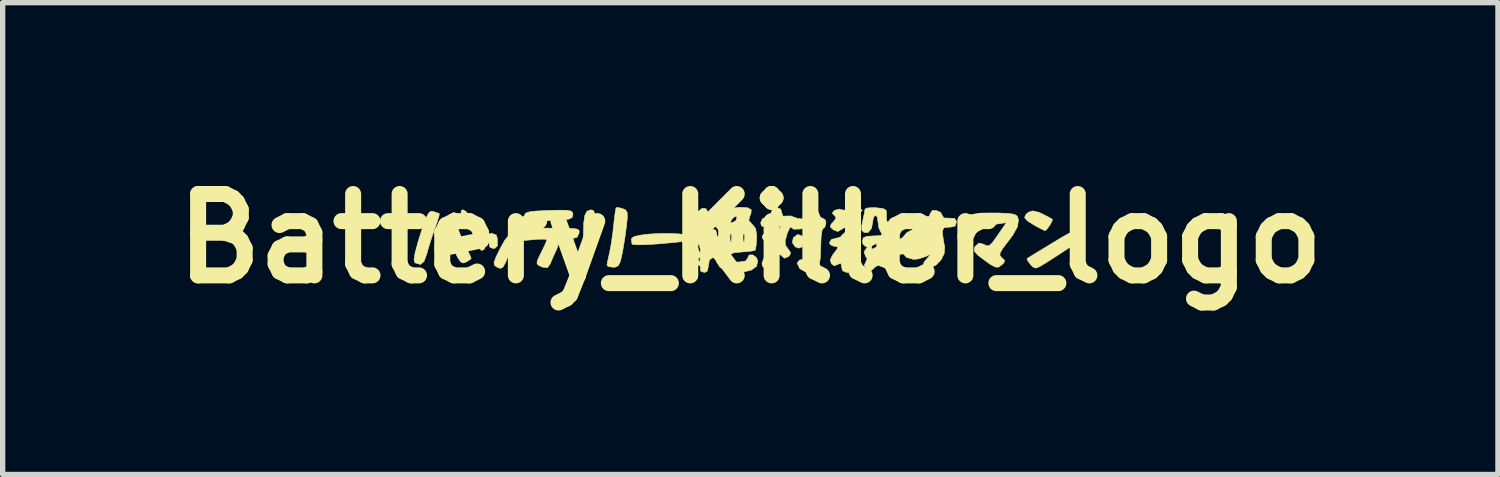
<source format=kicad_pcb>
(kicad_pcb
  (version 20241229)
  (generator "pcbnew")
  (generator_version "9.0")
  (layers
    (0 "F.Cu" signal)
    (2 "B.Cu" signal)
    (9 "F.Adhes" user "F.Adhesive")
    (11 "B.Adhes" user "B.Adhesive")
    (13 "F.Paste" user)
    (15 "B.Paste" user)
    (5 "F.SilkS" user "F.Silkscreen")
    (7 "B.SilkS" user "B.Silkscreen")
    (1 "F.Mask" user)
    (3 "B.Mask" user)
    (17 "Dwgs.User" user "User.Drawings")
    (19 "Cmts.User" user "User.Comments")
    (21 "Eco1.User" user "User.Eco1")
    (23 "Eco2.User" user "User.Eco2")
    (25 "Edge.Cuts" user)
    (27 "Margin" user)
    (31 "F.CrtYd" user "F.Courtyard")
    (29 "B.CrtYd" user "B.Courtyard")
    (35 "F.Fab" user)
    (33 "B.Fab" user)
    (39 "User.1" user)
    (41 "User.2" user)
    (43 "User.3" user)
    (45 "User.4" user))
  (footprint "Battery_Killer_logo"
    (layer "F.Cu")
    (at 11.002 1.418)
    (property "Reference" "Battery_Killer_logo" (at 0 0 0) (layer "F.SilkS") (effects (font (size 1.524 1.524) (thickness 0.3))))
    (attr through_hole)
    (fp_poly (pts (xy 0.981 -0.043) (xy 1.001 0.045) (xy 0.975 0.154) (xy 0.903 0.18) (xy 0.838 0.152) (xy 0.788 0.076) (xy 0.804 -0.013) (xy 0.874 -0.069) (xy 0.904 -0.073) (xy 0.981 -0.043)) (stroke (width 0.01) (type solid)) (fill yes) (layer "F.SilkS"))
    (fp_poly (pts (xy -5.317 -0.499) (xy -5.275 -0.44) (xy -5.248 -0.364) (xy -5.286 -0.342) (xy -5.293 -0.342) (xy -5.369 -0.382) (xy -5.392 -0.419) (xy -5.419 -0.506) (xy -5.4 -0.535) (xy -5.375 -0.537) (xy -5.317 -0.499)) (stroke (width 0.01) (type solid)) (fill yes) (layer "F.SilkS"))
    (fp_poly (pts (xy -4.987 0.004) (xy -4.971 0.095) (xy -4.982 0.199) (xy -5.032 0.224) (xy -5.097 0.165) (xy -5.12 0.122) (xy -5.152 0.026) (xy -5.127 -0.02) (xy -5.102 -0.032) (xy -5.026 -0.046) (xy -4.987 0.004)) (stroke (width 0.01) (type solid)) (fill yes) (layer "F.SilkS"))
    (fp_poly (pts (xy -4.756 -0.066) (xy -4.738 0) (xy -4.737 0.099) (xy -4.735 0.134) (xy -4.773 0.175) (xy -4.809 0.187) (xy -4.874 0.165) (xy -4.885 0.13) (xy -4.902 0.018) (xy -4.914 -0.02) (xy -4.911 -0.082) (xy -4.841 -0.098) (xy -4.756 -0.066)) (stroke (width 0.01) (type solid)) (fill yes) (layer "F.SilkS"))
    (fp_poly (pts (xy 5.413 -0.489) (xy 5.594 -0.398) (xy 5.657 -0.361) (xy 5.648 -0.319) (xy 5.604 -0.243) (xy 5.552 -0.172) (xy 5.52 -0.148) (xy 5.466 -0.171) (xy 5.361 -0.227) (xy 5.312 -0.255) (xy 5.185 -0.335) (xy 5.137 -0.394) (xy 5.16 -0.449) (xy 5.206 -0.492) (xy 5.288 -0.518) (xy 5.413 -0.489)) (stroke (width 0.01) (type solid)) (fill yes) (layer "F.SilkS"))
    (fp_poly (pts (xy -4.467 -0.065) (xy -4.412 -0.014) (xy -4.412 0.019) (xy -4.442 0.094) (xy -4.493 0.223) (xy -4.52 0.293) (xy -4.586 0.453) (xy -4.634 0.536) (xy -4.681 0.559) (xy -4.741 0.537) (xy -4.75 0.532) (xy -4.792 0.499) (xy -4.8 0.45) (xy -4.77 0.363) (xy -4.699 0.214) (xy -4.689 0.195) (xy -4.597 0.03) (xy -4.528 -0.053) (xy -4.47 -0.067) (xy -4.467 -0.065)) (stroke (width 0.01) (type solid)) (fill yes) (layer "F.SilkS"))
    (fp_poly (pts (xy -1.329 -0.087) (xy -1.201 -0.067) (xy -1.141 -0.035) (xy -1.14 -0.028) (xy -1.176 0.023) (xy -1.293 0.057) (xy -1.388 0.069) (xy -1.674 0.096) (xy -1.914 0.112) (xy -2.092 0.117) (xy -2.196 0.111) (xy -2.216 0.102) (xy -2.226 0.033) (xy -2.226 0) (xy -2.18 -0.036) (xy -2.061 -0.064) (xy -1.893 -0.084) (xy -1.699 -0.095) (xy -1.503 -0.096) (xy -1.329 -0.087)) (stroke (width 0.01) (type solid)) (fill yes) (layer "F.SilkS"))
    (fp_poly (pts (xy -2.939 -0.526) (xy -2.916 -0.48) (xy -2.907 -0.379) (xy -2.91 -0.204) (xy -2.912 -0.159) (xy -2.922 0.034) (xy -2.938 0.149) (xy -2.965 0.209) (xy -3.011 0.232) (xy -3.026 0.235) (xy -3.08 0.236) (xy -3.11 0.201) (xy -3.123 0.112) (xy -3.126 -0.054) (xy -3.126 -0.066) (xy -3.12 -0.291) (xy -3.099 -0.435) (xy -3.059 -0.511) (xy -2.993 -0.537) (xy -2.982 -0.537) (xy -2.939 -0.526)) (stroke (width 0.01) (type solid)) (fill yes) (layer "F.SilkS"))
    (fp_poly (pts (xy -5.935 -0.506) (xy -5.85 -0.477) (xy -5.824 -0.465) (xy -5.832 -0.417) (xy -5.867 -0.305) (xy -5.908 -0.19) (xy -5.974 0.002) (xy -6.034 0.196) (xy -6.057 0.281) (xy -6.111 0.428) (xy -6.179 0.484) (xy -6.273 0.457) (xy -6.282 0.451) (xy -6.298 0.396) (xy -6.279 0.271) (xy -6.224 0.067) (xy -6.185 -0.06) (xy -6.114 -0.275) (xy -6.061 -0.412) (xy -6.018 -0.485) (xy -5.977 -0.511) (xy -5.935 -0.506)) (stroke (width 0.01) (type solid)) (fill yes) (layer "F.SilkS"))
    (fp_poly (pts (xy -3.428 -0.529) (xy -3.356 -0.514) (xy -3.326 -0.486) (xy -3.322 -0.449) (xy -3.337 -0.394) (xy -3.398 -0.364) (xy -3.528 -0.349) (xy -3.578 -0.347) (xy -3.769 -0.338) (xy -3.954 -0.325) (xy -4.017 -0.319) (xy -4.139 -0.315) (xy -4.21 -0.328) (xy -4.216 -0.333) (xy -4.228 -0.407) (xy -4.228 -0.44) (xy -4.208 -0.476) (xy -4.139 -0.5) (xy -4.006 -0.516) (xy -3.792 -0.526) (xy -3.773 -0.527) (xy -3.561 -0.532) (xy -3.428 -0.529)) (stroke (width 0.01) (type solid)) (fill yes) (layer "F.SilkS"))
    (fp_poly (pts (xy -2.392 -0.561) (xy -2.333 -0.534) (xy -2.305 -0.483) (xy -2.304 -0.382) (xy -2.317 -0.252) (xy -2.346 -0.036) (xy -2.383 0.192) (xy -2.399 0.281) (xy -2.434 0.431) (xy -2.472 0.508) (xy -2.53 0.535) (xy -2.568 0.537) (xy -2.658 0.524) (xy -2.685 0.501) (xy -2.674 0.434) (xy -2.647 0.312) (xy -2.637 0.269) (xy -2.607 0.112) (xy -2.577 -0.092) (xy -2.56 -0.244) (xy -2.542 -0.409) (xy -2.525 -0.529) (xy -2.514 -0.578) (xy -2.461 -0.579) (xy -2.392 -0.561)) (stroke (width 0.01) (type solid)) (fill yes) (layer "F.SilkS"))
    (fp_poly (pts (xy 6.106 -0.133) (xy 6.139 -0.103) (xy 6.151 -0.085) (xy 6.191 -0.007) (xy 6.195 0.021) (xy 6.125 0.069) (xy 6.001 0.153) (xy 5.847 0.254) (xy 5.692 0.355) (xy 5.561 0.439) (xy 5.537 0.454) (xy 5.414 0.528) (xy 5.343 0.553) (xy 5.293 0.532) (xy 5.248 0.486) (xy 5.191 0.41) (xy 5.182 0.375) (xy 5.23 0.345) (xy 5.342 0.275) (xy 5.503 0.178) (xy 5.647 0.09) (xy 5.844 -0.029) (xy 5.976 -0.102) (xy 6.058 -0.135) (xy 6.106 -0.133)) (stroke (width 0.01) (type solid)) (fill yes) (layer "F.SilkS"))
    (fp_poly (pts (xy 2.033 -0.566) (xy 2.097 -0.534) (xy 2.073 -0.502) (xy 2.037 -0.481) (xy 1.978 -0.427) (xy 2.004 -0.365) (xy 2.037 -0.277) (xy 1.992 -0.221) (xy 1.897 -0.222) (xy 1.778 -0.215) (xy 1.718 -0.179) (xy 1.638 -0.132) (xy 1.558 -0.163) (xy 1.553 -0.166) (xy 1.497 -0.219) (xy 1.513 -0.269) (xy 1.553 -0.311) (xy 1.606 -0.382) (xy 1.581 -0.428) (xy 1.573 -0.433) (xy 1.535 -0.478) (xy 1.575 -0.527) (xy 1.668 -0.553) (xy 1.707 -0.539) (xy 1.805 -0.528) (xy 1.858 -0.549) (xy 1.971 -0.577) (xy 2.033 -0.566)) (stroke (width 0.01) (type solid)) (fill yes) (layer "F.SilkS"))
    (fp_poly (pts (xy -5.466 -0.454) (xy -5.414 -0.376) (xy -5.41 -0.295) (xy -5.44 -0.259) (xy -5.47 -0.221) (xy -5.462 -0.15) (xy -5.412 -0.023) (xy -5.367 0.07) (xy -5.296 0.219) (xy -5.245 0.328) (xy -5.227 0.373) (xy -5.264 0.404) (xy -5.324 0.44) (xy -5.378 0.458) (xy -5.425 0.436) (xy -5.478 0.359) (xy -5.551 0.209) (xy -5.568 0.171) (xy -5.653 -0.017) (xy -5.697 -0.136) (xy -5.704 -0.203) (xy -5.675 -0.238) (xy -5.614 -0.259) (xy -5.544 -0.293) (xy -5.552 -0.358) (xy -5.567 -0.387) (xy -5.596 -0.464) (xy -5.561 -0.488) (xy -5.547 -0.488) (xy -5.466 -0.454)) (stroke (width 0.01) (type solid)) (fill yes) (layer "F.SilkS"))
    (fp_poly (pts (xy 1.924 -0.123) (xy 1.923 -0.073) (xy 1.931 -0.011) (xy 1.971 0) (xy 2.022 0.026) (xy 2.038 0.117) (xy 2.036 0.183) (xy 2.014 0.309) (xy 1.971 0.355) (xy 1.965 0.354) (xy 1.92 0.387) (xy 1.905 0.488) (xy 1.89 0.596) (xy 1.833 0.633) (xy 1.807 0.635) (xy 1.727 0.602) (xy 1.71 0.531) (xy 1.698 0.461) (xy 1.652 0.476) (xy 1.643 0.483) (xy 1.57 0.51) (xy 1.52 0.472) (xy 1.496 0.403) (xy 1.539 0.312) (xy 1.566 0.276) (xy 1.631 0.188) (xy 1.635 0.153) (xy 1.581 0.147) (xy 1.575 0.147) (xy 1.498 0.115) (xy 1.482 0.073) (xy 1.523 0.014) (xy 1.59 0) (xy 1.688 -0.029) (xy 1.727 -0.073) (xy 1.794 -0.134) (xy 1.853 -0.147) (xy 1.924 -0.123)) (stroke (width 0.01) (type solid)) (fill yes) (layer "F.SilkS"))
    (fp_poly (pts (xy -3.511 -0.195) (xy -3.35 -0.19) (xy -3.256 -0.18) (xy -3.213 -0.16) (xy -3.204 -0.127) (xy -3.211 -0.092) (xy -3.243 -0.026) (xy -3.311 -0.005) (xy -3.426 -0.014) (xy -3.545 -0.021) (xy -3.589 -0.002) (xy -3.586 0.007) (xy -3.586 0.078) (xy -3.623 0.193) (xy -3.634 0.215) (xy -3.697 0.353) (xy -3.746 0.469) (xy -3.748 0.475) (xy -3.797 0.544) (xy -3.883 0.537) (xy -3.895 0.533) (xy -3.97 0.5) (xy -3.997 0.46) (xy -3.977 0.386) (xy -3.912 0.253) (xy -3.908 0.244) (xy -3.848 0.121) (xy -3.814 0.038) (xy -3.81 0.023) (xy -3.854 0.011) (xy -3.967 0.012) (xy -4.073 0.021) (xy -4.225 0.035) (xy -4.302 0.028) (xy -4.329 -0.006) (xy -4.33 -0.073) (xy -4.323 -0.195) (xy -3.754 -0.195) (xy -3.511 -0.195)) (stroke (width 0.01) (type solid)) (fill yes) (layer "F.SilkS"))
    (fp_poly (pts (xy 4.665 -0.478) (xy 4.844 -0.469) (xy 4.948 -0.453) (xy 4.998 -0.422) (xy 5.018 -0.366) (xy 5.021 -0.337) (xy 5.002 -0.22) (xy 4.917 -0.066) (xy 4.834 0.045) (xy 4.728 0.184) (xy 4.678 0.269) (xy 4.676 0.321) (xy 4.713 0.36) (xy 4.766 0.411) (xy 4.744 0.46) (xy 4.705 0.496) (xy 4.648 0.535) (xy 4.589 0.534) (xy 4.501 0.487) (xy 4.386 0.405) (xy 4.257 0.306) (xy 4.198 0.239) (xy 4.194 0.183) (xy 4.212 0.147) (xy 4.28 0.084) (xy 4.354 0.101) (xy 4.423 0.134) (xy 4.474 0.132) (xy 4.53 0.081) (xy 4.612 -0.032) (xy 4.642 -0.076) (xy 4.796 -0.299) (xy 4.633 -0.274) (xy 4.488 -0.254) (xy 4.301 -0.231) (xy 4.197 -0.219) (xy 4.042 -0.205) (xy 3.962 -0.211) (xy 3.933 -0.242) (xy 3.932 -0.301) (xy 3.981 -0.39) (xy 4.116 -0.449) (xy 4.339 -0.478) (xy 4.653 -0.479) (xy 4.665 -0.478)) (stroke (width 0.01) (type solid)) (fill yes) (layer "F.SilkS"))
    (fp_poly (pts (xy 2.357 -0.577) (xy 2.486 -0.562) (xy 2.543 -0.531) (xy 2.552 -0.463) (xy 2.549 -0.427) (xy 2.554 -0.324) (xy 2.61 -0.293) (xy 2.673 -0.252) (xy 2.687 -0.195) (xy 2.665 -0.116) (xy 2.634 -0.098) (xy 2.604 -0.06) (xy 2.613 -0.001) (xy 2.609 0.117) (xy 2.567 0.206) (xy 2.519 0.291) (xy 2.539 0.349) (xy 2.601 0.4) (xy 2.671 0.484) (xy 2.661 0.547) (xy 2.588 0.568) (xy 2.488 0.536) (xy 2.395 0.501) (xy 2.336 0.533) (xy 2.322 0.55) (xy 2.263 0.598) (xy 2.186 0.565) (xy 2.186 0.565) (xy 2.133 0.501) (xy 2.159 0.45) (xy 2.188 0.38) (xy 2.158 0.328) (xy 2.129 0.252) (xy 2.16 0.204) (xy 2.193 0.156) (xy 2.159 0.147) (xy 2.271 0.147) (xy 2.274 0.192) (xy 2.29 0.195) (xy 2.359 0.16) (xy 2.369 0.147) (xy 2.367 0.101) (xy 2.35 0.098) (xy 2.281 0.133) (xy 2.271 0.147) (xy 2.159 0.147) (xy 2.111 0.106) (xy 2.1 0.049) (xy 2.116 -0.014) (xy 2.179 -0.042) (xy 2.306 -0.049) (xy 2.43 -0.055) (xy 2.471 -0.076) (xy 2.452 -0.107) (xy 2.408 -0.197) (xy 2.393 -0.303) (xy 2.378 -0.401) (xy 2.345 -0.44) (xy 2.306 -0.398) (xy 2.295 -0.33) (xy 2.27 -0.192) (xy 2.207 -0.115) (xy 2.134 -0.112) (xy 2.089 -0.151) (xy 2.086 -0.235) (xy 2.104 -0.326) (xy 2.132 -0.456) (xy 2.147 -0.542) (xy 2.148 -0.552) (xy 2.192 -0.573) (xy 2.302 -0.579) (xy 2.357 -0.577)) (stroke (width 0.01) (type solid)) (fill yes) (layer "F.SilkS"))
    (fp_poly (pts (xy 3.566 -0.489) (xy 3.59 -0.44) (xy 3.625 -0.386) (xy 3.725 -0.382) (xy 3.824 -0.379) (xy 3.858 -0.326) (xy 3.859 -0.303) (xy 3.834 -0.233) (xy 3.744 -0.214) (xy 3.725 -0.214) (xy 3.628 -0.205) (xy 3.598 -0.147) (xy 3.599 -0.098) (xy 3.619 0.049) (xy 3.64 0.153) (xy 3.634 0.274) (xy 3.574 0.396) (xy 3.482 0.494) (xy 3.38 0.544) (xy 3.306 0.532) (xy 3.246 0.489) (xy 3.253 0.442) (xy 3.306 0.379) (xy 3.365 0.31) (xy 3.354 0.302) (xy 3.288 0.335) (xy 3.151 0.38) (xy 3.062 0.391) (xy 2.926 0.353) (xy 2.841 0.257) (xy 2.811 0.13) (xy 2.818 0.098) (xy 3.028 0.098) (xy 3.06 0.179) (xy 3.136 0.188) (xy 3.214 0.137) (xy 3.269 0.055) (xy 3.233 0.01) (xy 3.151 0) (xy 3.055 0.023) (xy 3.028 0.098) (xy 2.818 0.098) (xy 2.839 -0.002) (xy 2.93 -0.11) (xy 2.995 -0.146) (xy 3.051 -0.174) (xy 3.028 -0.188) (xy 2.923 -0.192) (xy 2.892 -0.195) (xy 3.273 -0.195) (xy 3.31 -0.148) (xy 3.322 -0.147) (xy 3.369 -0.184) (xy 3.37 -0.195) (xy 3.333 -0.243) (xy 3.322 -0.244) (xy 3.274 -0.207) (xy 3.273 -0.195) (xy 2.892 -0.195) (xy 2.803 -0.204) (xy 2.757 -0.242) (xy 2.757 -0.281) (xy 2.768 -0.321) (xy 2.801 -0.348) (xy 2.873 -0.365) (xy 3.003 -0.376) (xy 3.208 -0.385) (xy 3.26 -0.387) (xy 3.35 -0.419) (xy 3.37 -0.467) (xy 3.407 -0.525) (xy 3.48 -0.528) (xy 3.566 -0.489)) (stroke (width 0.01) (type solid)) (fill yes) (layer "F.SilkS"))
    (fp_poly (pts (xy 1.247 -0.553) (xy 1.28 -0.476) (xy 1.315 -0.396) (xy 1.357 -0.379) (xy 1.405 -0.349) (xy 1.417 -0.293) (xy 1.396 -0.214) (xy 1.368 -0.195) (xy 1.343 -0.15) (xy 1.326 -0.028) (xy 1.319 0.151) (xy 1.319 0.161) (xy 1.311 0.363) (xy 1.288 0.511) (xy 1.26 0.576) (xy 1.152 0.63) (xy 1.029 0.622) (xy 0.926 0.563) (xy 0.88 0.464) (xy 0.879 0.454) (xy 0.92 0.403) (xy 0.977 0.391) (xy 1.031 0.38) (xy 1.061 0.334) (xy 1.073 0.23) (xy 1.075 0.092) (xy 1.075 -0.208) (xy 0.932 -0.179) (xy 0.813 -0.175) (xy 0.769 -0.21) (xy 0.743 -0.207) (xy 0.704 -0.129) (xy 0.687 -0.082) (xy 0.652 0.047) (xy 0.66 0.128) (xy 0.705 0.191) (xy 0.756 0.265) (xy 0.735 0.318) (xy 0.714 0.337) (xy 0.64 0.368) (xy 0.612 0.344) (xy 0.555 0.296) (xy 0.495 0.339) (xy 0.434 0.462) (xy 0.384 0.569) (xy 0.341 0.598) (xy 0.279 0.565) (xy 0.279 0.565) (xy 0.226 0.516) (xy 0.219 0.46) (xy 0.257 0.362) (xy 0.275 0.324) (xy 0.326 0.207) (xy 0.331 0.137) (xy 0.291 0.074) (xy 0.276 0.057) (xy 0.221 -0.018) (xy 0.237 -0.069) (xy 0.267 -0.097) (xy 0.353 -0.132) (xy 0.405 -0.106) (xy 0.468 -0.088) (xy 0.532 -0.156) (xy 0.532 -0.156) (xy 0.566 -0.22) (xy 0.548 -0.244) (xy 0.459 -0.24) (xy 0.396 -0.232) (xy 0.268 -0.22) (xy 0.21 -0.238) (xy 0.195 -0.294) (xy 0.195 -0.298) (xy 0.232 -0.376) (xy 0.293 -0.391) (xy 0.375 -0.425) (xy 0.391 -0.488) (xy 0.425 -0.57) (xy 0.488 -0.586) (xy 0.57 -0.551) (xy 0.586 -0.49) (xy 0.611 -0.42) (xy 0.657 -0.421) (xy 0.757 -0.424) (xy 0.789 -0.411) (xy 0.885 -0.378) (xy 0.962 -0.368) (xy 1.05 -0.388) (xy 1.075 -0.473) (xy 1.075 -0.475) (xy 1.106 -0.564) (xy 1.176 -0.59) (xy 1.247 -0.553)) (stroke (width 0.01) (type solid)) (fill yes) (layer "F.SilkS"))
    (fp_poly (pts (xy -0.046 -0.576) (xy 0.019 -0.539) (xy 0.011 -0.464) (xy -0.006 -0.429) (xy -0.029 -0.34) (xy 0.031 -0.271) (xy 0.036 -0.267) (xy 0.1 -0.188) (xy 0.12 -0.057) (xy 0.119 -0.001) (xy 0.109 0.129) (xy 0.095 0.21) (xy 0.09 0.219) (xy 0.034 0.233) (xy -0.086 0.246) (xy -0.16 0.251) (xy -0.304 0.265) (xy -0.374 0.297) (xy -0.391 0.351) (xy -0.367 0.413) (xy -0.282 0.438) (xy -0.22 0.44) (xy -0.096 0.425) (xy -0.05 0.376) (xy -0.049 0.363) (xy -0.019 0.306) (xy 0.047 0.306) (xy 0.112 0.354) (xy 0.139 0.413) (xy 0.117 0.52) (xy 0.011 0.595) (xy -0.167 0.632) (xy -0.246 0.635) (xy -0.432 0.609) (xy -0.567 0.538) (xy -0.632 0.436) (xy -0.635 0.407) (xy -0.675 0.364) (xy -0.708 0.358) (xy -0.767 0.401) (xy -0.782 0.497) (xy -0.804 0.607) (xy -0.855 0.635) (xy -0.923 0.615) (xy -0.934 0.598) (xy -0.934 0.525) (xy -0.968 0.493) (xy -1.001 0.488) (xy -1.056 0.451) (xy -1.065 0.391) (xy -0.977 0.391) (xy -0.959 0.431) (xy -0.944 0.423) (xy -0.939 0.365) (xy -0.944 0.358) (xy -0.973 0.365) (xy -0.977 0.391) (xy -1.065 0.391) (xy -1.074 0.333) (xy -1.075 0.318) (xy -1.06 0.198) (xy -1.024 0.148) (xy -0.983 0.176) (xy -0.962 0.232) (xy -0.944 0.276) (xy -0.935 0.226) (xy -0.934 0.208) (xy -0.949 0.147) (xy -0.782 0.147) (xy -0.764 0.187) (xy -0.749 0.179) (xy -0.746 0.147) (xy -0.635 0.147) (xy -0.617 0.187) (xy -0.602 0.179) (xy -0.597 0.121) (xy -0.602 0.114) (xy -0.631 0.121) (xy -0.635 0.147) (xy -0.746 0.147) (xy -0.743 0.121) (xy -0.749 0.114) (xy -0.778 0.121) (xy -0.782 0.147) (xy -0.949 0.147) (xy -0.956 0.118) (xy -1.001 0.098) (xy -1.059 0.06) (xy -1.072 -0.024) (xy -1.072 -0.024) (xy -0.381 -0.024) (xy -0.376 0.059) (xy -0.361 0.066) (xy -0.359 0.062) (xy -0.35 -0.024) (xy -0.137 -0.024) (xy -0.132 0.059) (xy -0.116 0.066) (xy -0.114 0.062) (xy -0.105 -0.035) (xy -0.113 -0.085) (xy -0.128 -0.104) (xy -0.137 -0.04) (xy -0.137 -0.024) (xy -0.35 -0.024) (xy -0.349 -0.035) (xy -0.357 -0.085) (xy -0.372 -0.104) (xy -0.381 -0.04) (xy -0.381 -0.024) (xy -1.072 -0.024) (xy -1.035 -0.116) (xy -1.022 -0.131) (xy -1.001 -0.193) (xy -0.733 -0.193) (xy -0.703 -0.163) (xy -0.684 -0.171) (xy -0.645 -0.154) (xy -0.631 -0.088) (xy -0.62 -0.025) (xy -0.602 -0.038) (xy -0.595 -0.138) (xy -0.604 -0.173) (xy -0.654 -0.233) (xy -0.711 -0.238) (xy -0.733 -0.193) (xy -1.001 -0.193) (xy -0.997 -0.204) (xy -1.033 -0.287) (xy -1.042 -0.306) (xy -0.372 -0.306) (xy -0.351 -0.293) (xy -0.279 -0.329) (xy -0.267 -0.345) (xy -0.248 -0.409) (xy -0.286 -0.414) (xy -0.341 -0.368) (xy -0.372 -0.306) (xy -1.042 -0.306) (xy -1.069 -0.369) (xy -1.042 -0.44) (xy -0.989 -0.498) (xy -0.9 -0.568) (xy -0.838 -0.562) (xy -0.823 -0.55) (xy -0.792 -0.482) (xy -0.829 -0.417) (xy -0.861 -0.355) (xy -0.839 -0.342) (xy -0.767 -0.378) (xy -0.756 -0.393) (xy -0.69 -0.423) (xy -0.639 -0.416) (xy -0.539 -0.43) (xy -0.465 -0.488) (xy -0.326 -0.57) (xy -0.196 -0.586) (xy -0.046 -0.576)) (stroke (width 0.01) (type solid)) (fill yes) (layer "F.SilkS")))
  (gr_rect
    (start -3 -3)
    (end 25.004 5.836)
    (stroke (width 0.1) (type default))
    (fill no)
    (layer "Edge.Cuts")))
</source>
